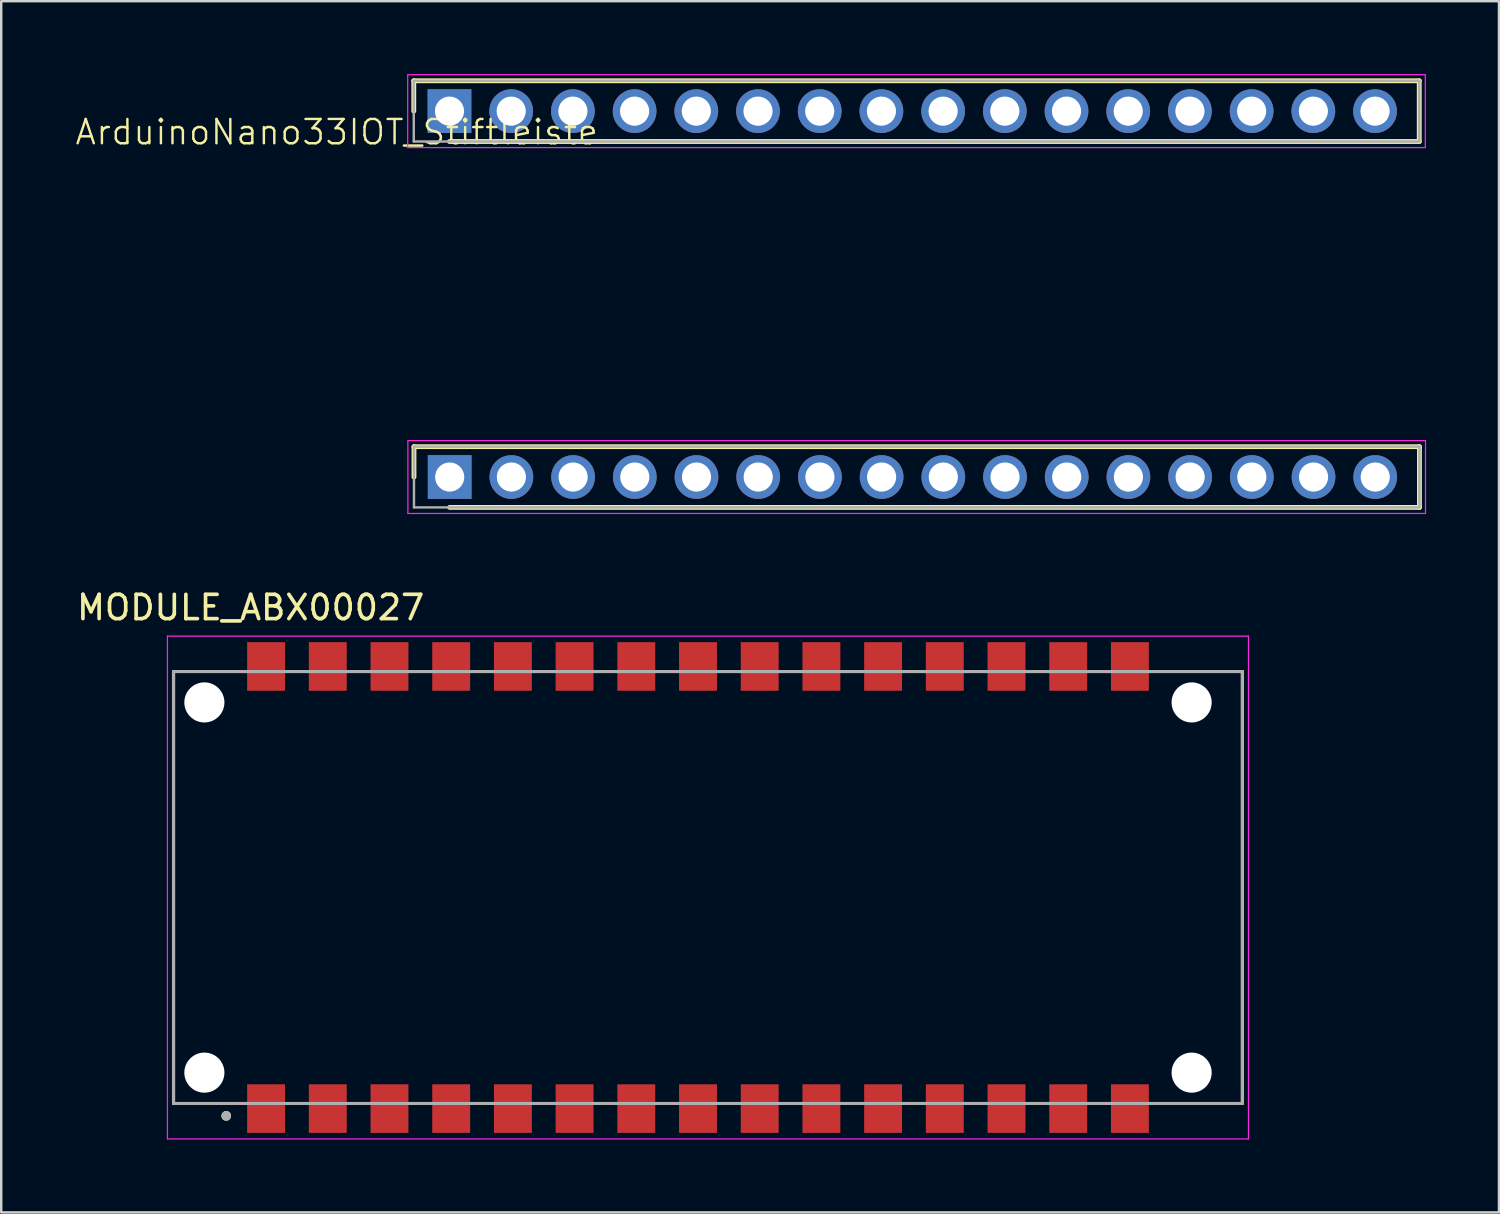
<source format=kicad_pcb>
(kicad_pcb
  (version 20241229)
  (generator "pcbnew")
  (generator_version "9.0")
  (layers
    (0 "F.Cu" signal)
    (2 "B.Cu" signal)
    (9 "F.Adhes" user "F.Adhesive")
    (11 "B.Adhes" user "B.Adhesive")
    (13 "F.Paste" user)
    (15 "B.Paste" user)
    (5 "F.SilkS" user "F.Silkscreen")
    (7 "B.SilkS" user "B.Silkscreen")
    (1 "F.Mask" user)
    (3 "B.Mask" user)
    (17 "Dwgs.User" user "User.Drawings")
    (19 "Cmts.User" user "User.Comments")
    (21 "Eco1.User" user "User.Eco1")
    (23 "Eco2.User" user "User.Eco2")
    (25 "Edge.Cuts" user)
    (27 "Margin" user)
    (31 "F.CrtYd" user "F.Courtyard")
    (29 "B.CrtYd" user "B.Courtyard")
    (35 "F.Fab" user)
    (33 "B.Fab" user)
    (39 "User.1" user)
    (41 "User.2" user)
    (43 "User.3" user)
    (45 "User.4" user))
  (footprint "MODULE_ABX00027"
    (layer "F.Cu")
    (at 26.093 33.485)
    (property "Reference" "MODULE_ABX00027" (at -18.825 -11.525 0) (layer "F.SilkS") (effects (font (size 1 1) (thickness 0.15))))
    (attr smd)
    (fp_line (start -22 -8.89) (end -22 8.89) (stroke (width 0.127) (type solid)) (layer "F.SilkS"))
    (fp_line (start 22 8.89) (end 22 -8.89) (stroke (width 0.127) (type solid)) (layer "F.SilkS"))
    (fp_circle (center -19.83 9.4) (end -19.73 9.4) (stroke (width 0.2) (type solid)) (fill no) (layer "F.SilkS"))
    (fp_line (start -22.25 -10.35) (end -22.25 10.35) (stroke (width 0.05) (type solid)) (layer "F.CrtYd"))
    (fp_line (start -22.25 10.35) (end 22.25 10.35) (stroke (width 0.05) (type solid)) (layer "F.CrtYd"))
    (fp_line (start 22.25 -10.35) (end -22.25 -10.35) (stroke (width 0.05) (type solid)) (layer "F.CrtYd"))
    (fp_line (start 22.25 10.35) (end 22.25 -10.35) (stroke (width 0.05) (type solid)) (layer "F.CrtYd"))
    (fp_line (start -22 -8.89) (end -22 8.89) (stroke (width 0.127) (type solid)) (layer "F.Fab"))
    (fp_line (start -22 -8.89) (end -22 8.89) (stroke (width 0.127) (type solid)) (layer "F.Fab"))
    (fp_line (start -22 8.89) (end 22 8.89) (stroke (width 0.127) (type solid)) (layer "F.Fab"))
    (fp_line (start 22 -8.89) (end -22 -8.89) (stroke (width 0.127) (type solid)) (layer "F.Fab"))
    (fp_line (start 22 8.89) (end 22 -8.89) (stroke (width 0.127) (type solid)) (layer "F.Fab"))
    (fp_circle (center -19.83 9.4) (end -19.73 9.4) (stroke (width 0.2) (type solid)) (fill no) (layer "F.Fab"))
    (pad "" np_thru_hole circle (at -20.73 -7.62) (size 1.651 1.651) (drill 1.651) (layers "*.Cu" "*.Mask"))
    (pad "" np_thru_hole circle (at -20.73 7.62) (size 1.651 1.651) (drill 1.651) (layers "*.Cu" "*.Mask"))
    (pad "" np_thru_hole circle (at 19.91 -7.62) (size 1.651 1.651) (drill 1.651) (layers "*.Cu" "*.Mask"))
    (pad "" np_thru_hole circle (at 19.91 7.62) (size 1.651 1.651) (drill 1.651) (layers "*.Cu" "*.Mask"))
    (pad "1" smd rect (at -18.19 9.1) (size 1.56 2) (layers "F.Cu" "F.Mask" "F.Paste"))
    (pad "2" smd rect (at -15.65 9.1) (size 1.56 2) (layers "F.Cu" "F.Mask" "F.Paste"))
    (pad "3" smd rect (at -13.11 9.1) (size 1.56 2) (layers "F.Cu" "F.Mask" "F.Paste"))
    (pad "4" smd rect (at -10.57 9.1) (size 1.56 2) (layers "F.Cu" "F.Mask" "F.Paste"))
    (pad "5" smd rect (at -8.03 9.1) (size 1.56 2) (layers "F.Cu" "F.Mask" "F.Paste"))
    (pad "6" smd rect (at -5.49 9.1) (size 1.56 2) (layers "F.Cu" "F.Mask" "F.Paste"))
    (pad "7" smd rect (at -2.95 9.1) (size 1.56 2) (layers "F.Cu" "F.Mask" "F.Paste"))
    (pad "8" smd rect (at -0.41 9.1) (size 1.56 2) (layers "F.Cu" "F.Mask" "F.Paste"))
    (pad "9" smd rect (at 2.13 9.1) (size 1.56 2) (layers "F.Cu" "F.Mask" "F.Paste"))
    (pad "10" smd rect (at 4.67 9.1) (size 1.56 2) (layers "F.Cu" "F.Mask" "F.Paste"))
    (pad "11" smd rect (at 7.21 9.1) (size 1.56 2) (layers "F.Cu" "F.Mask" "F.Paste"))
    (pad "12" smd rect (at 9.75 9.1) (size 1.56 2) (layers "F.Cu" "F.Mask" "F.Paste"))
    (pad "13" smd rect (at 12.29 9.1) (size 1.56 2) (layers "F.Cu" "F.Mask" "F.Paste"))
    (pad "14" smd rect (at 14.83 9.1) (size 1.56 2) (layers "F.Cu" "F.Mask" "F.Paste"))
    (pad "15" smd rect (at 17.37 9.1) (size 1.56 2) (layers "F.Cu" "F.Mask" "F.Paste"))
    (pad "16" smd rect (at 17.37 -9.1) (size 1.56 2) (layers "F.Cu" "F.Mask" "F.Paste"))
    (pad "17" smd rect (at 14.83 -9.1) (size 1.56 2) (layers "F.Cu" "F.Mask" "F.Paste"))
    (pad "18" smd rect (at 12.29 -9.1) (size 1.56 2) (layers "F.Cu" "F.Mask" "F.Paste"))
    (pad "19" smd rect (at 9.75 -9.1) (size 1.56 2) (layers "F.Cu" "F.Mask" "F.Paste"))
    (pad "20" smd rect (at 7.21 -9.1) (size 1.56 2) (layers "F.Cu" "F.Mask" "F.Paste"))
    (pad "21" smd rect (at 4.67 -9.1) (size 1.56 2) (layers "F.Cu" "F.Mask" "F.Paste"))
    (pad "22" smd rect (at 2.13 -9.1) (size 1.56 2) (layers "F.Cu" "F.Mask" "F.Paste"))
    (pad "23" smd rect (at -0.41 -9.1) (size 1.56 2) (layers "F.Cu" "F.Mask" "F.Paste"))
    (pad "24" smd rect (at -2.95 -9.1) (size 1.56 2) (layers "F.Cu" "F.Mask" "F.Paste"))
    (pad "25" smd rect (at -5.49 -9.1) (size 1.56 2) (layers "F.Cu" "F.Mask" "F.Paste"))
    (pad "26" smd rect (at -8.03 -9.1) (size 1.56 2) (layers "F.Cu" "F.Mask" "F.Paste"))
    (pad "27" smd rect (at -10.57 -9.1) (size 1.56 2) (layers "F.Cu" "F.Mask" "F.Paste"))
    (pad "28" smd rect (at -13.11 -9.1) (size 1.56 2) (layers "F.Cu" "F.Mask" "F.Paste"))
    (pad "29" smd rect (at -15.65 -9.1) (size 1.56 2) (layers "F.Cu" "F.Mask" "F.Paste"))
    (pad "30" smd rect (at -18.19 -9.1) (size 1.56 2) (layers "F.Cu" "F.Mask" "F.Paste")))
  (footprint "ArduinoNano33IOT_Stiftleiste"
    (layer "F.Cu")
    (at 13.708 3.049)
    (property "Reference" "ArduinoNano33IOT_Stiftleiste" (at -2.896 -0.66 0) (unlocked yes) (layer "F.SilkS") (effects (font (size 1 1) (thickness 0.1))))
    (attr through_hole)
    (fp_line (start 0.275 -2.774) (end 0.275 -1.524) (stroke (width 0.2) (type solid)) (layer "F.SilkS"))
    (fp_line (start 0.283 12.288) (end 0.283 13.538) (stroke (width 0.2) (type solid)) (layer "F.SilkS"))
    (fp_line (start 1.745 -0.274) (end 41.665 -0.274) (stroke (width 0.2) (type solid)) (layer "F.SilkS"))
    (fp_line (start 1.753 14.788) (end 41.673 14.788) (stroke (width 0.2) (type solid)) (layer "F.SilkS"))
    (fp_line (start 41.665 -2.774) (end 0.275 -2.774) (stroke (width 0.2) (type solid)) (layer "F.SilkS"))
    (fp_line (start 41.665 -0.274) (end 41.665 -2.774) (stroke (width 0.2) (type solid)) (layer "F.SilkS"))
    (fp_line (start 41.673 12.288) (end 0.283 12.288) (stroke (width 0.2) (type solid)) (layer "F.SilkS"))
    (fp_line (start 41.673 14.788) (end 41.673 12.288) (stroke (width 0.2) (type solid)) (layer "F.SilkS"))
    (fp_line (start 0.025 -3.024) (end 41.915 -3.024) (stroke (width 0.05) (type solid)) (layer "F.CrtYd"))
    (fp_line (start 0.025 -0.024) (end 0.025 -3.024) (stroke (width 0.05) (type solid)) (layer "F.CrtYd"))
    (fp_line (start 0.033 12.038) (end 41.923 12.038) (stroke (width 0.05) (type solid)) (layer "F.CrtYd"))
    (fp_line (start 0.033 15.038) (end 0.033 12.038) (stroke (width 0.05) (type solid)) (layer "F.CrtYd"))
    (fp_line (start 41.915 -3.024) (end 41.915 -0.024) (stroke (width 0.05) (type solid)) (layer "F.CrtYd"))
    (fp_line (start 41.915 -0.024) (end 0.025 -0.024) (stroke (width 0.05) (type solid)) (layer "F.CrtYd"))
    (fp_line (start 41.923 12.038) (end 41.923 15.038) (stroke (width 0.05) (type solid)) (layer "F.CrtYd"))
    (fp_line (start 41.923 15.038) (end 0.033 15.038) (stroke (width 0.05) (type solid)) (layer "F.CrtYd"))
    (fp_line (start 0.275 -2.774) (end 41.665 -2.774) (stroke (width 0.1) (type solid)) (layer "F.Fab"))
    (fp_line (start 0.275 -0.274) (end 0.275 -2.774) (stroke (width 0.1) (type solid)) (layer "F.Fab"))
    (fp_line (start 0.283 12.288) (end 41.673 12.288) (stroke (width 0.1) (type solid)) (layer "F.Fab"))
    (fp_line (start 0.283 14.788) (end 0.283 12.288) (stroke (width 0.1) (type solid)) (layer "F.Fab"))
    (fp_line (start 41.665 -2.774) (end 41.665 -0.274) (stroke (width 0.1) (type solid)) (layer "F.Fab"))
    (fp_line (start 41.665 -0.274) (end 0.275 -0.274) (stroke (width 0.1) (type solid)) (layer "F.Fab"))
    (fp_line (start 41.673 12.288) (end 41.673 14.788) (stroke (width 0.1) (type solid)) (layer "F.Fab"))
    (fp_line (start 41.673 14.788) (end 0.283 14.788) (stroke (width 0.1) (type solid)) (layer "F.Fab"))
    (pad "1" thru_hole rect (at 1.753 13.538) (size 1.8 1.8) (drill 1.2) (layers "*.Cu" "*.Mask"))
    (pad "2" thru_hole circle (at 4.293 13.538) (size 1.8 1.8) (drill 1.2) (layers "*.Cu" "*.Mask"))
    (pad "3" thru_hole circle (at 6.833 13.538) (size 1.8 1.8) (drill 1.2) (layers "*.Cu" "*.Mask"))
    (pad "4" thru_hole circle (at 9.373 13.538) (size 1.8 1.8) (drill 1.2) (layers "*.Cu" "*.Mask"))
    (pad "5" thru_hole circle (at 11.913 13.538) (size 1.8 1.8) (drill 1.2) (layers "*.Cu" "*.Mask"))
    (pad "6" thru_hole circle (at 14.453 13.538) (size 1.8 1.8) (drill 1.2) (layers "*.Cu" "*.Mask"))
    (pad "7" thru_hole circle (at 16.993 13.538) (size 1.8 1.8) (drill 1.2) (layers "*.Cu" "*.Mask"))
    (pad "8" thru_hole circle (at 19.533 13.538) (size 1.8 1.8) (drill 1.2) (layers "*.Cu" "*.Mask"))
    (pad "9" thru_hole circle (at 22.073 13.538) (size 1.8 1.8) (drill 1.2) (layers "*.Cu" "*.Mask"))
    (pad "10" thru_hole circle (at 24.613 13.538) (size 1.8 1.8) (drill 1.2) (layers "*.Cu" "*.Mask"))
    (pad "11" thru_hole circle (at 27.153 13.538) (size 1.8 1.8) (drill 1.2) (layers "*.Cu" "*.Mask"))
    (pad "12" thru_hole circle (at 29.693 13.538) (size 1.8 1.8) (drill 1.2) (layers "*.Cu" "*.Mask"))
    (pad "14" thru_hole circle (at 29.685 -1.524) (size 1.8 1.8) (drill 1.2) (layers "*.Cu" "*.Mask"))
    (pad "14" thru_hole circle (at 34.773 13.538) (size 1.8 1.8) (drill 1.2) (layers "*.Cu" "*.Mask"))
    (pad "15" thru_hole circle (at 37.313 13.538) (size 1.8 1.8) (drill 1.2) (layers "*.Cu" "*.Mask"))
    (pad "16" thru_hole circle (at 37.305 -1.524) (size 1.8 1.8) (drill 1.2) (layers "*.Cu" "*.Mask"))
    (pad "17" thru_hole circle (at 34.765 -1.524) (size 1.8 1.8) (drill 1.2) (layers "*.Cu" "*.Mask"))
    (pad "18" thru_hole circle (at 32.225 -1.524) (size 1.8 1.8) (drill 1.2) (layers "*.Cu" "*.Mask"))
    (pad "18" thru_hole circle (at 32.233 13.538) (size 1.8 1.8) (drill 1.2) (layers "*.Cu" "*.Mask"))
    (pad "20" thru_hole circle (at 27.145 -1.524) (size 1.8 1.8) (drill 1.2) (layers "*.Cu" "*.Mask"))
    (pad "21" thru_hole circle (at 24.605 -1.524) (size 1.8 1.8) (drill 1.2) (layers "*.Cu" "*.Mask"))
    (pad "22" thru_hole circle (at 22.065 -1.524) (size 1.8 1.8) (drill 1.2) (layers "*.Cu" "*.Mask"))
    (pad "23" thru_hole circle (at 19.525 -1.524) (size 1.8 1.8) (drill 1.2) (layers "*.Cu" "*.Mask"))
    (pad "24" thru_hole circle (at 16.985 -1.524) (size 1.8 1.8) (drill 1.2) (layers "*.Cu" "*.Mask"))
    (pad "25" thru_hole circle (at 14.445 -1.524) (size 1.8 1.8) (drill 1.2) (layers "*.Cu" "*.Mask"))
    (pad "26" thru_hole circle (at 11.905 -1.524) (size 1.8 1.8) (drill 1.2) (layers "*.Cu" "*.Mask"))
    (pad "27" thru_hole circle (at 9.365 -1.524) (size 1.8 1.8) (drill 1.2) (layers "*.Cu" "*.Mask"))
    (pad "28" thru_hole circle (at 6.825 -1.524) (size 1.8 1.8) (drill 1.2) (layers "*.Cu" "*.Mask"))
    (pad "29" thru_hole circle (at 4.285 -1.524) (size 1.8 1.8) (drill 1.2) (layers "*.Cu" "*.Mask"))
    (pad "30" thru_hole rect (at 1.745 -1.524) (size 1.8 1.8) (drill 1.2) (layers "*.Cu" "*.Mask"))
    (pad "NC" thru_hole circle (at 39.845 -1.524) (size 1.8 1.8) (drill 1.2) (layers "*.Cu" "*.Mask"))
    (pad "NC" thru_hole circle (at 39.853 13.538) (size 1.8 1.8) (drill 1.2) (layers "*.Cu" "*.Mask")))
  (gr_rect
    (start -3 -3)
    (end 58.655 46.86)
    (stroke (width 0.1) (type default))
    (fill no)
    (layer "Edge.Cuts")))
</source>
